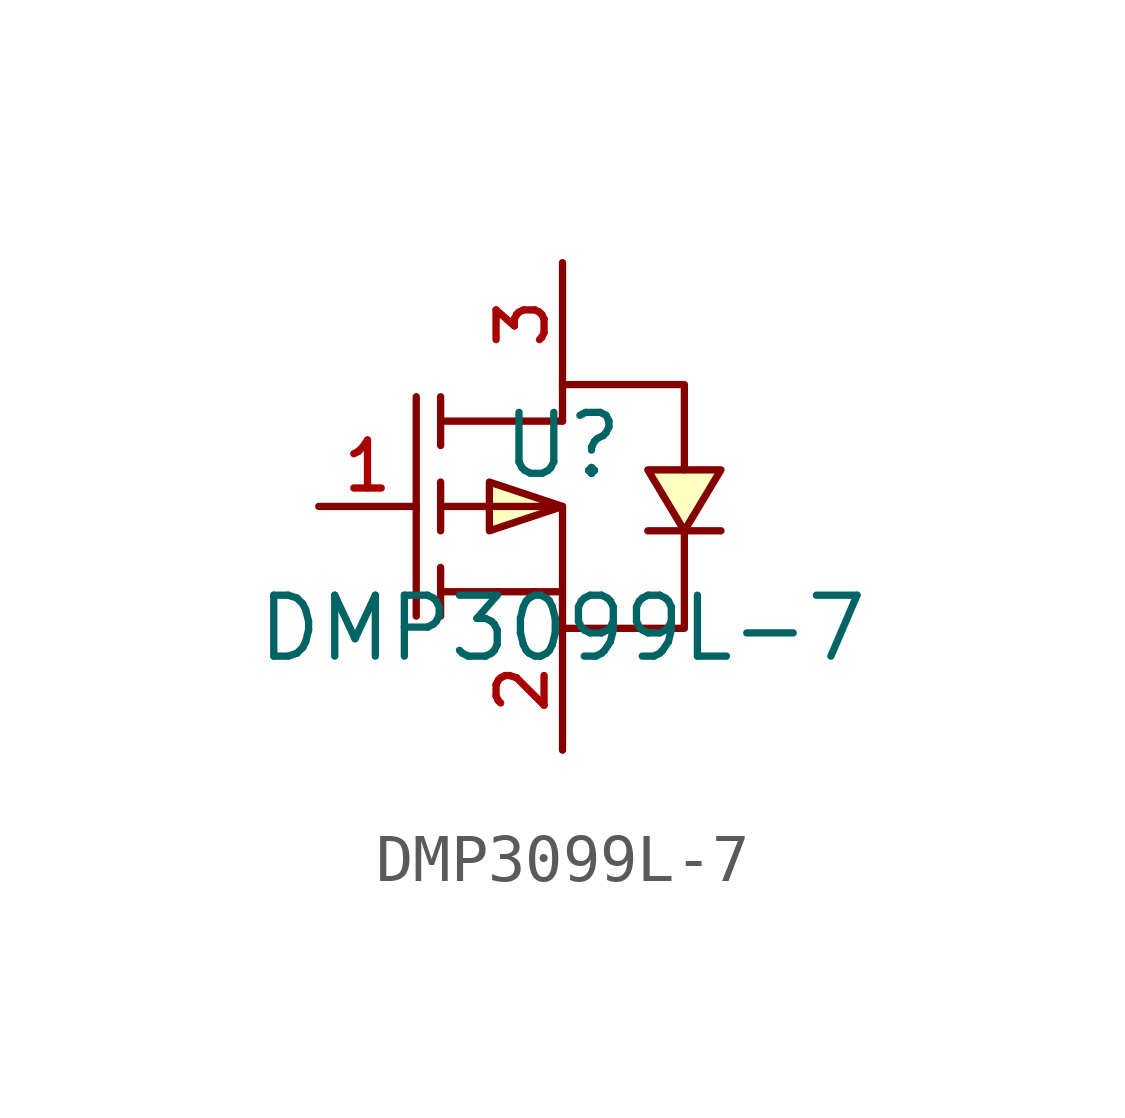
<source format=kicad_sym>
(kicad_symbol_lib
  (version 20210201)
  (generator TousstNicolas/JLC2KiCad_lib)
  (symbol "DMP3099L-7"
    (pin_names hide)
    (property "Reference" "U"
      (at 0 1.27 0)
      (effects (font (size 1.27 1.27))))
    (property "Value" "DMP3099L-7"
      (at 0 -2.54 0)
      (effects (font (size 1.27 1.27))))
    (symbol "DMP3099L-7_0_1"
      (polyline (pts (xy 0.0 -0.0) (xy -1.524 0.508) (xy -1.524 -0.508) (xy 0.0 -0.0)) (stroke (width 0) (type default) (color 0 0 0 0)) (fill (type background)))
      (polyline (pts (xy 2.54 -0.508) (xy 3.302 0.762) (xy 1.778 0.762) (xy 2.54 -0.508)) (stroke (width 0) (type default) (color 0 0 0 0)) (fill (type background)))
      (polyline (pts (xy 0.0 -2.54) (xy 2.54 -2.54) (xy 2.54 -0.508)) (stroke (width 0) (type default) (color 0 0 0 0)) (fill (type none)))
      (polyline (pts (xy 0.0 1.778) (xy 0.0 2.54) (xy 2.54 2.54) (xy 2.54 0.762)) (stroke (width 0) (type default) (color 0 0 0 0)) (fill (type none)))
      (polyline (pts (xy 0.0 1.778) (xy -2.54 1.778)) (stroke (width 0) (type default) (color 0 0 0 0)) (fill (type none)))
      (polyline (pts (xy -2.54 -0.0) (xy 0.0 -0.0) (xy 0.0 -2.54)) (stroke (width 0) (type default) (color 0 0 0 0)) (fill (type none)))
      (polyline (pts (xy 0.0 -1.778) (xy -2.54 -1.778)) (stroke (width 0) (type default) (color 0 0 0 0)) (fill (type none)))
      (polyline (pts (xy -3.048 2.286) (xy -3.048 -2.286)) (stroke (width 0) (type default) (color 0 0 0 0)) (fill (type none)))
      (polyline (pts (xy -2.54 1.27) (xy -2.54 2.286)) (stroke (width 0) (type default) (color 0 0 0 0)) (fill (type none)))
      (polyline (pts (xy -2.54 -0.508) (xy -2.54 0.508)) (stroke (width 0) (type default) (color 0 0 0 0)) (fill (type none)))
      (polyline (pts (xy -2.54 -2.286) (xy -2.54 -1.27)) (stroke (width 0) (type default) (color 0 0 0 0)) (fill (type none)))
      (polyline (pts (xy 3.302 -0.508) (xy 3.048 -0.508) (xy 2.032 -0.508) (xy 1.778 -0.508)) (stroke (width 0) (type default) (color 0 0 0 0)) (fill (type none)))
      (pin unspecified line (at 0.0 5.08 270) (length 2.54) (name "D" (effects (font (size 1 1)))) (number "3" (effects (font (size 1 1)))))
      (pin unspecified line (at -5.08 -0.0 0) (length 2.032) (name "G" (effects (font (size 1 1)))) (number "1" (effects (font (size 1 1)))))
      (pin unspecified line (at 0.0 -5.08 90) (length 2.54) (name "S" (effects (font (size 1 1)))) (number "2" (effects (font (size 1 1))))))))
</source>
